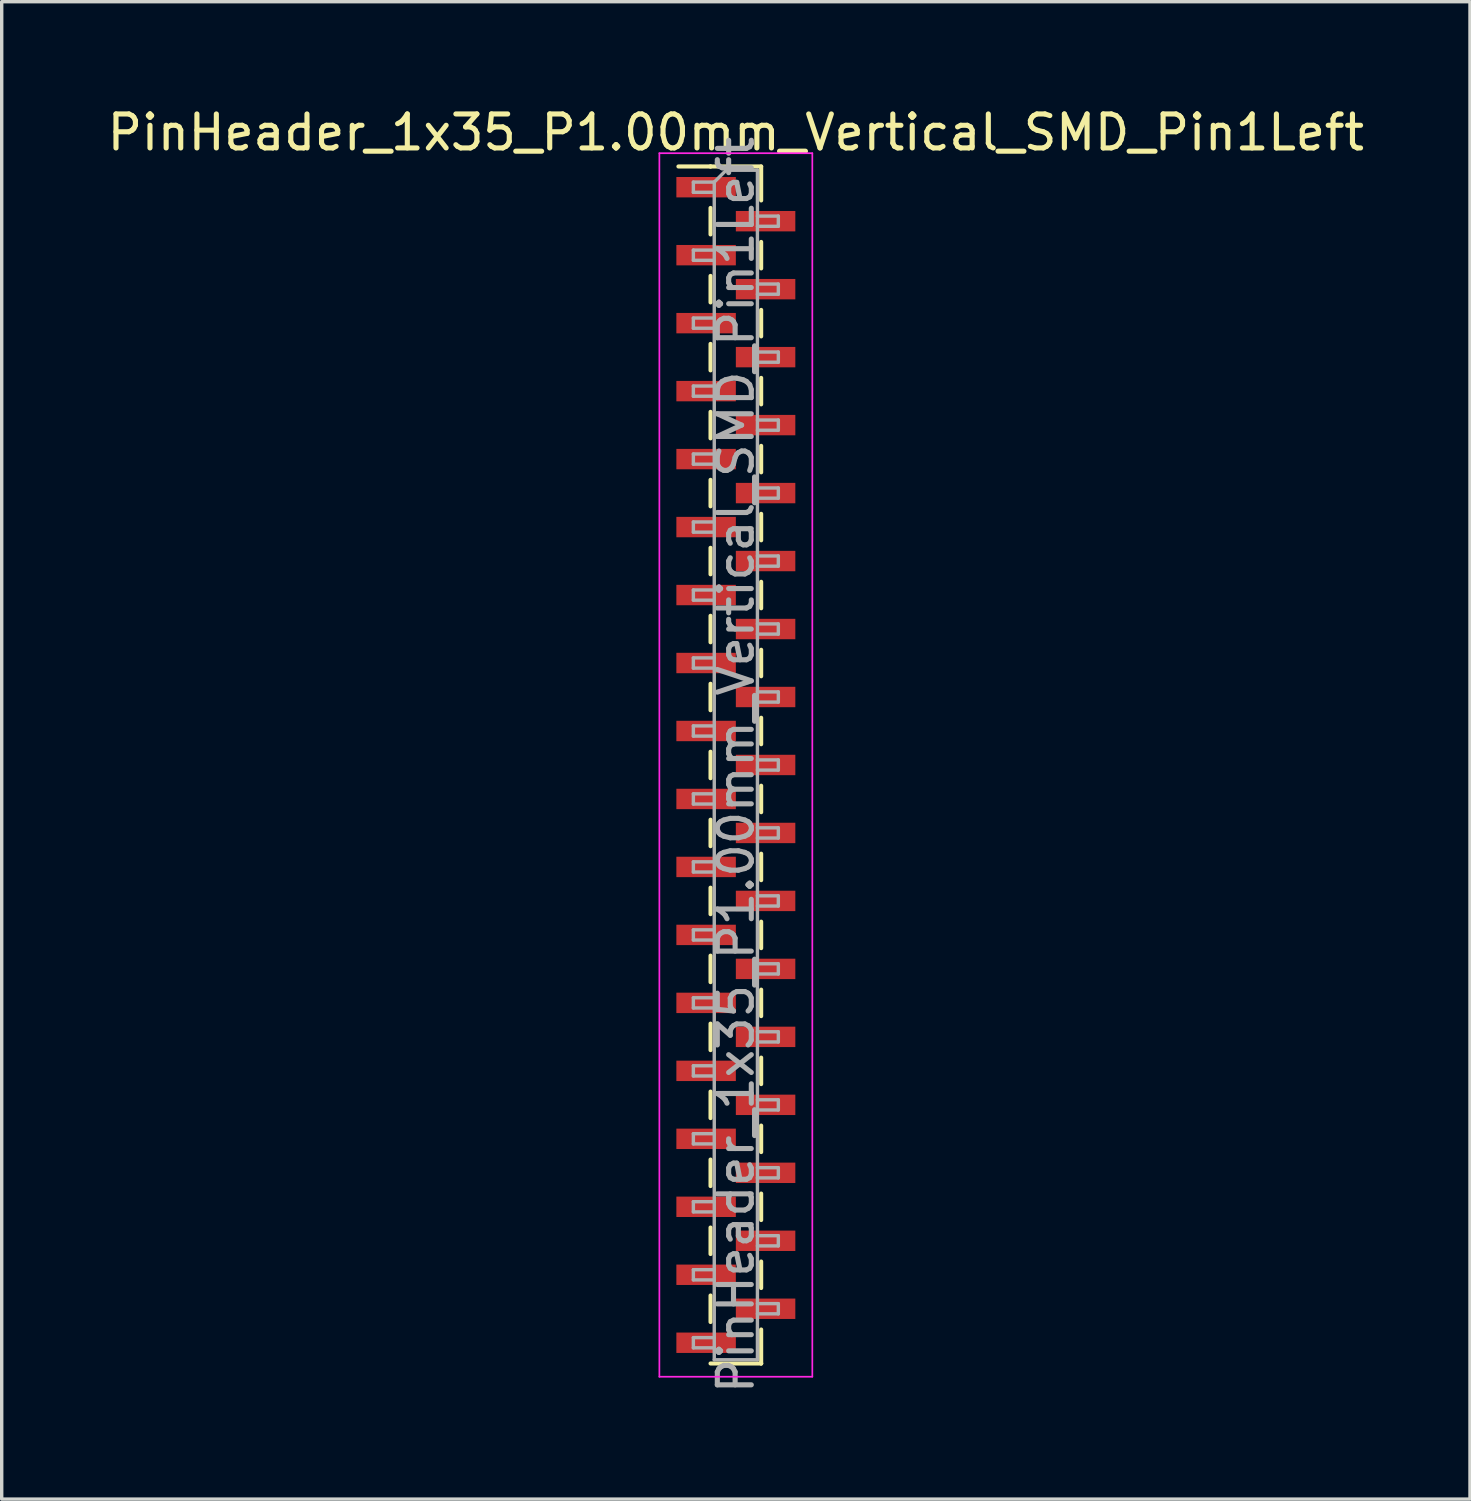
<source format=kicad_pcb>
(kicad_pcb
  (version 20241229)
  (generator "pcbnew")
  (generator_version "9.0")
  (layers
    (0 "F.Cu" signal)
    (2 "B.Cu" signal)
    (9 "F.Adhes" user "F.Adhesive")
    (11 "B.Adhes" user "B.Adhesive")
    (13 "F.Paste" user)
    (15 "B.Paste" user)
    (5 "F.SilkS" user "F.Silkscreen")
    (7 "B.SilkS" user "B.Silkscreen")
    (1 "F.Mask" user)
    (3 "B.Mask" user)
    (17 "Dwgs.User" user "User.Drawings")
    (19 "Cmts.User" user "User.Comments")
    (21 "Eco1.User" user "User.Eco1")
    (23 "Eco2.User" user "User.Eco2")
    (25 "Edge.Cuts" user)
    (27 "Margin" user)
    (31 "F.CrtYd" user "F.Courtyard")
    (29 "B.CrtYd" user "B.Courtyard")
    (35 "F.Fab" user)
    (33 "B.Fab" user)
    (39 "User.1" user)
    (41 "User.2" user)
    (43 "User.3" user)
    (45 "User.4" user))
  (footprint "PinHeader_1x35_P1.00mm_Vertical_SMD_Pin1Left"
    (layer "F.Cu")
    (at 18.601 19.458)
    (property "Reference" "PinHeader_1x35_P1.00mm_Vertical_SMD_Pin1Left" (at 0 -18.61 0) (layer "F.SilkS") (effects (font (size 1 1) (thickness 0.15))))
    (attr smd)
    (fp_line (start -0.745 -17.61) (end -1.69 -17.61) (stroke (width 0.12) (type solid)) (layer "F.SilkS"))
    (fp_line (start -0.745 -17.61) (end -0.745 -17.61) (stroke (width 0.12) (type solid)) (layer "F.SilkS"))
    (fp_line (start -0.745 -17.61) (end 0.745 -17.61) (stroke (width 0.12) (type solid)) (layer "F.SilkS"))
    (fp_line (start -0.745 -16.39) (end -0.745 -15.61) (stroke (width 0.12) (type solid)) (layer "F.SilkS"))
    (fp_line (start -0.745 -14.39) (end -0.745 -13.61) (stroke (width 0.12) (type solid)) (layer "F.SilkS"))
    (fp_line (start -0.745 -12.39) (end -0.745 -11.61) (stroke (width 0.12) (type solid)) (layer "F.SilkS"))
    (fp_line (start -0.745 -10.39) (end -0.745 -9.61) (stroke (width 0.12) (type solid)) (layer "F.SilkS"))
    (fp_line (start -0.745 -8.39) (end -0.745 -7.61) (stroke (width 0.12) (type solid)) (layer "F.SilkS"))
    (fp_line (start -0.745 -6.39) (end -0.745 -5.61) (stroke (width 0.12) (type solid)) (layer "F.SilkS"))
    (fp_line (start -0.745 -4.39) (end -0.745 -3.61) (stroke (width 0.12) (type solid)) (layer "F.SilkS"))
    (fp_line (start -0.745 -2.39) (end -0.745 -1.61) (stroke (width 0.12) (type solid)) (layer "F.SilkS"))
    (fp_line (start -0.745 -0.39) (end -0.745 0.39) (stroke (width 0.12) (type solid)) (layer "F.SilkS"))
    (fp_line (start -0.745 1.61) (end -0.745 2.39) (stroke (width 0.12) (type solid)) (layer "F.SilkS"))
    (fp_line (start -0.745 3.61) (end -0.745 4.39) (stroke (width 0.12) (type solid)) (layer "F.SilkS"))
    (fp_line (start -0.745 5.61) (end -0.745 6.39) (stroke (width 0.12) (type solid)) (layer "F.SilkS"))
    (fp_line (start -0.745 7.61) (end -0.745 8.39) (stroke (width 0.12) (type solid)) (layer "F.SilkS"))
    (fp_line (start -0.745 9.61) (end -0.745 10.39) (stroke (width 0.12) (type solid)) (layer "F.SilkS"))
    (fp_line (start -0.745 11.61) (end -0.745 12.39) (stroke (width 0.12) (type solid)) (layer "F.SilkS"))
    (fp_line (start -0.745 13.61) (end -0.745 14.39) (stroke (width 0.12) (type solid)) (layer "F.SilkS"))
    (fp_line (start -0.745 15.61) (end -0.745 16.39) (stroke (width 0.12) (type solid)) (layer "F.SilkS"))
    (fp_line (start -0.745 17.61) (end 0.745 17.61) (stroke (width 0.12) (type solid)) (layer "F.SilkS"))
    (fp_line (start 0.745 -17.61) (end 0.745 -16.61) (stroke (width 0.12) (type solid)) (layer "F.SilkS"))
    (fp_line (start 0.745 -15.39) (end 0.745 -14.61) (stroke (width 0.12) (type solid)) (layer "F.SilkS"))
    (fp_line (start 0.745 -13.39) (end 0.745 -12.61) (stroke (width 0.12) (type solid)) (layer "F.SilkS"))
    (fp_line (start 0.745 -11.39) (end 0.745 -10.61) (stroke (width 0.12) (type solid)) (layer "F.SilkS"))
    (fp_line (start 0.745 -9.39) (end 0.745 -8.61) (stroke (width 0.12) (type solid)) (layer "F.SilkS"))
    (fp_line (start 0.745 -7.39) (end 0.745 -6.61) (stroke (width 0.12) (type solid)) (layer "F.SilkS"))
    (fp_line (start 0.745 -5.39) (end 0.745 -4.61) (stroke (width 0.12) (type solid)) (layer "F.SilkS"))
    (fp_line (start 0.745 -3.39) (end 0.745 -2.61) (stroke (width 0.12) (type solid)) (layer "F.SilkS"))
    (fp_line (start 0.745 -1.39) (end 0.745 -0.61) (stroke (width 0.12) (type solid)) (layer "F.SilkS"))
    (fp_line (start 0.745 0.61) (end 0.745 1.39) (stroke (width 0.12) (type solid)) (layer "F.SilkS"))
    (fp_line (start 0.745 2.61) (end 0.745 3.39) (stroke (width 0.12) (type solid)) (layer "F.SilkS"))
    (fp_line (start 0.745 4.61) (end 0.745 5.39) (stroke (width 0.12) (type solid)) (layer "F.SilkS"))
    (fp_line (start 0.745 6.61) (end 0.745 7.39) (stroke (width 0.12) (type solid)) (layer "F.SilkS"))
    (fp_line (start 0.745 8.61) (end 0.745 9.39) (stroke (width 0.12) (type solid)) (layer "F.SilkS"))
    (fp_line (start 0.745 10.61) (end 0.745 11.39) (stroke (width 0.12) (type solid)) (layer "F.SilkS"))
    (fp_line (start 0.745 12.61) (end 0.745 13.39) (stroke (width 0.12) (type solid)) (layer "F.SilkS"))
    (fp_line (start 0.745 14.61) (end 0.745 15.39) (stroke (width 0.12) (type solid)) (layer "F.SilkS"))
    (fp_line (start 0.745 16.61) (end 0.745 17.61) (stroke (width 0.12) (type solid)) (layer "F.SilkS"))
    (fp_line (start 0.745 17.61) (end 0.745 17.61) (stroke (width 0.12) (type solid)) (layer "F.SilkS"))
    (fp_line (start -2.25 -18) (end -2.25 18) (stroke (width 0.05) (type solid)) (layer "F.CrtYd"))
    (fp_line (start -2.25 18) (end 2.25 18) (stroke (width 0.05) (type solid)) (layer "F.CrtYd"))
    (fp_line (start 2.25 -18) (end -2.25 -18) (stroke (width 0.05) (type solid)) (layer "F.CrtYd"))
    (fp_line (start 2.25 18) (end 2.25 -18) (stroke (width 0.05) (type solid)) (layer "F.CrtYd"))
    (fp_line (start -1.25 -17.15) (end -1.25 -16.85) (stroke (width 0.1) (type solid)) (layer "F.Fab"))
    (fp_line (start -1.25 -16.85) (end -0.635 -16.85) (stroke (width 0.1) (type solid)) (layer "F.Fab"))
    (fp_line (start -1.25 -15.15) (end -1.25 -14.85) (stroke (width 0.1) (type solid)) (layer "F.Fab"))
    (fp_line (start -1.25 -14.85) (end -0.635 -14.85) (stroke (width 0.1) (type solid)) (layer "F.Fab"))
    (fp_line (start -1.25 -13.15) (end -1.25 -12.85) (stroke (width 0.1) (type solid)) (layer "F.Fab"))
    (fp_line (start -1.25 -12.85) (end -0.635 -12.85) (stroke (width 0.1) (type solid)) (layer "F.Fab"))
    (fp_line (start -1.25 -11.15) (end -1.25 -10.85) (stroke (width 0.1) (type solid)) (layer "F.Fab"))
    (fp_line (start -1.25 -10.85) (end -0.635 -10.85) (stroke (width 0.1) (type solid)) (layer "F.Fab"))
    (fp_line (start -1.25 -9.15) (end -1.25 -8.85) (stroke (width 0.1) (type solid)) (layer "F.Fab"))
    (fp_line (start -1.25 -8.85) (end -0.635 -8.85) (stroke (width 0.1) (type solid)) (layer "F.Fab"))
    (fp_line (start -1.25 -7.15) (end -1.25 -6.85) (stroke (width 0.1) (type solid)) (layer "F.Fab"))
    (fp_line (start -1.25 -6.85) (end -0.635 -6.85) (stroke (width 0.1) (type solid)) (layer "F.Fab"))
    (fp_line (start -1.25 -5.15) (end -1.25 -4.85) (stroke (width 0.1) (type solid)) (layer "F.Fab"))
    (fp_line (start -1.25 -4.85) (end -0.635 -4.85) (stroke (width 0.1) (type solid)) (layer "F.Fab"))
    (fp_line (start -1.25 -3.15) (end -1.25 -2.85) (stroke (width 0.1) (type solid)) (layer "F.Fab"))
    (fp_line (start -1.25 -2.85) (end -0.635 -2.85) (stroke (width 0.1) (type solid)) (layer "F.Fab"))
    (fp_line (start -1.25 -1.15) (end -1.25 -0.85) (stroke (width 0.1) (type solid)) (layer "F.Fab"))
    (fp_line (start -1.25 -0.85) (end -0.635 -0.85) (stroke (width 0.1) (type solid)) (layer "F.Fab"))
    (fp_line (start -1.25 0.85) (end -1.25 1.15) (stroke (width 0.1) (type solid)) (layer "F.Fab"))
    (fp_line (start -1.25 1.15) (end -0.635 1.15) (stroke (width 0.1) (type solid)) (layer "F.Fab"))
    (fp_line (start -1.25 2.85) (end -1.25 3.15) (stroke (width 0.1) (type solid)) (layer "F.Fab"))
    (fp_line (start -1.25 3.15) (end -0.635 3.15) (stroke (width 0.1) (type solid)) (layer "F.Fab"))
    (fp_line (start -1.25 4.85) (end -1.25 5.15) (stroke (width 0.1) (type solid)) (layer "F.Fab"))
    (fp_line (start -1.25 5.15) (end -0.635 5.15) (stroke (width 0.1) (type solid)) (layer "F.Fab"))
    (fp_line (start -1.25 6.85) (end -1.25 7.15) (stroke (width 0.1) (type solid)) (layer "F.Fab"))
    (fp_line (start -1.25 7.15) (end -0.635 7.15) (stroke (width 0.1) (type solid)) (layer "F.Fab"))
    (fp_line (start -1.25 8.85) (end -1.25 9.15) (stroke (width 0.1) (type solid)) (layer "F.Fab"))
    (fp_line (start -1.25 9.15) (end -0.635 9.15) (stroke (width 0.1) (type solid)) (layer "F.Fab"))
    (fp_line (start -1.25 10.85) (end -1.25 11.15) (stroke (width 0.1) (type solid)) (layer "F.Fab"))
    (fp_line (start -1.25 11.15) (end -0.635 11.15) (stroke (width 0.1) (type solid)) (layer "F.Fab"))
    (fp_line (start -1.25 12.85) (end -1.25 13.15) (stroke (width 0.1) (type solid)) (layer "F.Fab"))
    (fp_line (start -1.25 13.15) (end -0.635 13.15) (stroke (width 0.1) (type solid)) (layer "F.Fab"))
    (fp_line (start -1.25 14.85) (end -1.25 15.15) (stroke (width 0.1) (type solid)) (layer "F.Fab"))
    (fp_line (start -1.25 15.15) (end -0.635 15.15) (stroke (width 0.1) (type solid)) (layer "F.Fab"))
    (fp_line (start -1.25 16.85) (end -1.25 17.15) (stroke (width 0.1) (type solid)) (layer "F.Fab"))
    (fp_line (start -1.25 17.15) (end -0.635 17.15) (stroke (width 0.1) (type solid)) (layer "F.Fab"))
    (fp_line (start -0.635 -17.15) (end -1.25 -17.15) (stroke (width 0.1) (type solid)) (layer "F.Fab"))
    (fp_line (start -0.635 -17.15) (end -0.285 -17.5) (stroke (width 0.1) (type solid)) (layer "F.Fab"))
    (fp_line (start -0.635 -15.15) (end -1.25 -15.15) (stroke (width 0.1) (type solid)) (layer "F.Fab"))
    (fp_line (start -0.635 -13.15) (end -1.25 -13.15) (stroke (width 0.1) (type solid)) (layer "F.Fab"))
    (fp_line (start -0.635 -11.15) (end -1.25 -11.15) (stroke (width 0.1) (type solid)) (layer "F.Fab"))
    (fp_line (start -0.635 -9.15) (end -1.25 -9.15) (stroke (width 0.1) (type solid)) (layer "F.Fab"))
    (fp_line (start -0.635 -7.15) (end -1.25 -7.15) (stroke (width 0.1) (type solid)) (layer "F.Fab"))
    (fp_line (start -0.635 -5.15) (end -1.25 -5.15) (stroke (width 0.1) (type solid)) (layer "F.Fab"))
    (fp_line (start -0.635 -3.15) (end -1.25 -3.15) (stroke (width 0.1) (type solid)) (layer "F.Fab"))
    (fp_line (start -0.635 -1.15) (end -1.25 -1.15) (stroke (width 0.1) (type solid)) (layer "F.Fab"))
    (fp_line (start -0.635 0.85) (end -1.25 0.85) (stroke (width 0.1) (type solid)) (layer "F.Fab"))
    (fp_line (start -0.635 2.85) (end -1.25 2.85) (stroke (width 0.1) (type solid)) (layer "F.Fab"))
    (fp_line (start -0.635 4.85) (end -1.25 4.85) (stroke (width 0.1) (type solid)) (layer "F.Fab"))
    (fp_line (start -0.635 6.85) (end -1.25 6.85) (stroke (width 0.1) (type solid)) (layer "F.Fab"))
    (fp_line (start -0.635 8.85) (end -1.25 8.85) (stroke (width 0.1) (type solid)) (layer "F.Fab"))
    (fp_line (start -0.635 10.85) (end -1.25 10.85) (stroke (width 0.1) (type solid)) (layer "F.Fab"))
    (fp_line (start -0.635 12.85) (end -1.25 12.85) (stroke (width 0.1) (type solid)) (layer "F.Fab"))
    (fp_line (start -0.635 14.85) (end -1.25 14.85) (stroke (width 0.1) (type solid)) (layer "F.Fab"))
    (fp_line (start -0.635 16.85) (end -1.25 16.85) (stroke (width 0.1) (type solid)) (layer "F.Fab"))
    (fp_line (start -0.635 17.5) (end -0.635 -17.15) (stroke (width 0.1) (type solid)) (layer "F.Fab"))
    (fp_line (start -0.285 -17.5) (end 0.635 -17.5) (stroke (width 0.1) (type solid)) (layer "F.Fab"))
    (fp_line (start 0.635 -17.5) (end 0.635 17.5) (stroke (width 0.1) (type solid)) (layer "F.Fab"))
    (fp_line (start 0.635 -16.15) (end 1.25 -16.15) (stroke (width 0.1) (type solid)) (layer "F.Fab"))
    (fp_line (start 0.635 -14.15) (end 1.25 -14.15) (stroke (width 0.1) (type solid)) (layer "F.Fab"))
    (fp_line (start 0.635 -12.15) (end 1.25 -12.15) (stroke (width 0.1) (type solid)) (layer "F.Fab"))
    (fp_line (start 0.635 -10.15) (end 1.25 -10.15) (stroke (width 0.1) (type solid)) (layer "F.Fab"))
    (fp_line (start 0.635 -8.15) (end 1.25 -8.15) (stroke (width 0.1) (type solid)) (layer "F.Fab"))
    (fp_line (start 0.635 -6.15) (end 1.25 -6.15) (stroke (width 0.1) (type solid)) (layer "F.Fab"))
    (fp_line (start 0.635 -4.15) (end 1.25 -4.15) (stroke (width 0.1) (type solid)) (layer "F.Fab"))
    (fp_line (start 0.635 -2.15) (end 1.25 -2.15) (stroke (width 0.1) (type solid)) (layer "F.Fab"))
    (fp_line (start 0.635 -0.15) (end 1.25 -0.15) (stroke (width 0.1) (type solid)) (layer "F.Fab"))
    (fp_line (start 0.635 1.85) (end 1.25 1.85) (stroke (width 0.1) (type solid)) (layer "F.Fab"))
    (fp_line (start 0.635 3.85) (end 1.25 3.85) (stroke (width 0.1) (type solid)) (layer "F.Fab"))
    (fp_line (start 0.635 5.85) (end 1.25 5.85) (stroke (width 0.1) (type solid)) (layer "F.Fab"))
    (fp_line (start 0.635 7.85) (end 1.25 7.85) (stroke (width 0.1) (type solid)) (layer "F.Fab"))
    (fp_line (start 0.635 9.85) (end 1.25 9.85) (stroke (width 0.1) (type solid)) (layer "F.Fab"))
    (fp_line (start 0.635 11.85) (end 1.25 11.85) (stroke (width 0.1) (type solid)) (layer "F.Fab"))
    (fp_line (start 0.635 13.85) (end 1.25 13.85) (stroke (width 0.1) (type solid)) (layer "F.Fab"))
    (fp_line (start 0.635 15.85) (end 1.25 15.85) (stroke (width 0.1) (type solid)) (layer "F.Fab"))
    (fp_line (start 0.635 17.5) (end -0.635 17.5) (stroke (width 0.1) (type solid)) (layer "F.Fab"))
    (fp_line (start 1.25 -16.15) (end 1.25 -15.85) (stroke (width 0.1) (type solid)) (layer "F.Fab"))
    (fp_line (start 1.25 -15.85) (end 0.635 -15.85) (stroke (width 0.1) (type solid)) (layer "F.Fab"))
    (fp_line (start 1.25 -14.15) (end 1.25 -13.85) (stroke (width 0.1) (type solid)) (layer "F.Fab"))
    (fp_line (start 1.25 -13.85) (end 0.635 -13.85) (stroke (width 0.1) (type solid)) (layer "F.Fab"))
    (fp_line (start 1.25 -12.15) (end 1.25 -11.85) (stroke (width 0.1) (type solid)) (layer "F.Fab"))
    (fp_line (start 1.25 -11.85) (end 0.635 -11.85) (stroke (width 0.1) (type solid)) (layer "F.Fab"))
    (fp_line (start 1.25 -10.15) (end 1.25 -9.85) (stroke (width 0.1) (type solid)) (layer "F.Fab"))
    (fp_line (start 1.25 -9.85) (end 0.635 -9.85) (stroke (width 0.1) (type solid)) (layer "F.Fab"))
    (fp_line (start 1.25 -8.15) (end 1.25 -7.85) (stroke (width 0.1) (type solid)) (layer "F.Fab"))
    (fp_line (start 1.25 -7.85) (end 0.635 -7.85) (stroke (width 0.1) (type solid)) (layer "F.Fab"))
    (fp_line (start 1.25 -6.15) (end 1.25 -5.85) (stroke (width 0.1) (type solid)) (layer "F.Fab"))
    (fp_line (start 1.25 -5.85) (end 0.635 -5.85) (stroke (width 0.1) (type solid)) (layer "F.Fab"))
    (fp_line (start 1.25 -4.15) (end 1.25 -3.85) (stroke (width 0.1) (type solid)) (layer "F.Fab"))
    (fp_line (start 1.25 -3.85) (end 0.635 -3.85) (stroke (width 0.1) (type solid)) (layer "F.Fab"))
    (fp_line (start 1.25 -2.15) (end 1.25 -1.85) (stroke (width 0.1) (type solid)) (layer "F.Fab"))
    (fp_line (start 1.25 -1.85) (end 0.635 -1.85) (stroke (width 0.1) (type solid)) (layer "F.Fab"))
    (fp_line (start 1.25 -0.15) (end 1.25 0.15) (stroke (width 0.1) (type solid)) (layer "F.Fab"))
    (fp_line (start 1.25 0.15) (end 0.635 0.15) (stroke (width 0.1) (type solid)) (layer "F.Fab"))
    (fp_line (start 1.25 1.85) (end 1.25 2.15) (stroke (width 0.1) (type solid)) (layer "F.Fab"))
    (fp_line (start 1.25 2.15) (end 0.635 2.15) (stroke (width 0.1) (type solid)) (layer "F.Fab"))
    (fp_line (start 1.25 3.85) (end 1.25 4.15) (stroke (width 0.1) (type solid)) (layer "F.Fab"))
    (fp_line (start 1.25 4.15) (end 0.635 4.15) (stroke (width 0.1) (type solid)) (layer "F.Fab"))
    (fp_line (start 1.25 5.85) (end 1.25 6.15) (stroke (width 0.1) (type solid)) (layer "F.Fab"))
    (fp_line (start 1.25 6.15) (end 0.635 6.15) (stroke (width 0.1) (type solid)) (layer "F.Fab"))
    (fp_line (start 1.25 7.85) (end 1.25 8.15) (stroke (width 0.1) (type solid)) (layer "F.Fab"))
    (fp_line (start 1.25 8.15) (end 0.635 8.15) (stroke (width 0.1) (type solid)) (layer "F.Fab"))
    (fp_line (start 1.25 9.85) (end 1.25 10.15) (stroke (width 0.1) (type solid)) (layer "F.Fab"))
    (fp_line (start 1.25 10.15) (end 0.635 10.15) (stroke (width 0.1) (type solid)) (layer "F.Fab"))
    (fp_line (start 1.25 11.85) (end 1.25 12.15) (stroke (width 0.1) (type solid)) (layer "F.Fab"))
    (fp_line (start 1.25 12.15) (end 0.635 12.15) (stroke (width 0.1) (type solid)) (layer "F.Fab"))
    (fp_line (start 1.25 13.85) (end 1.25 14.15) (stroke (width 0.1) (type solid)) (layer "F.Fab"))
    (fp_line (start 1.25 14.15) (end 0.635 14.15) (stroke (width 0.1) (type solid)) (layer "F.Fab"))
    (fp_line (start 1.25 15.85) (end 1.25 16.15) (stroke (width 0.1) (type solid)) (layer "F.Fab"))
    (fp_line (start 1.25 16.15) (end 0.635 16.15) (stroke (width 0.1) (type solid)) (layer "F.Fab"))
    (fp_text user "${REFERENCE}" (at 0 0 90) (layer "F.Fab") (effects (font (size 1 1) (thickness 0.15))))
    (pad "1" smd rect (at -0.875 -17) (size 1.75 0.6) (layers "F.Cu" "F.Mask" "F.Paste"))
    (pad "2" smd rect (at 0.875 -16) (size 1.75 0.6) (layers "F.Cu" "F.Mask" "F.Paste"))
    (pad "3" smd rect (at -0.875 -15) (size 1.75 0.6) (layers "F.Cu" "F.Mask" "F.Paste"))
    (pad "4" smd rect (at 0.875 -14) (size 1.75 0.6) (layers "F.Cu" "F.Mask" "F.Paste"))
    (pad "5" smd rect (at -0.875 -13) (size 1.75 0.6) (layers "F.Cu" "F.Mask" "F.Paste"))
    (pad "6" smd rect (at 0.875 -12) (size 1.75 0.6) (layers "F.Cu" "F.Mask" "F.Paste"))
    (pad "7" smd rect (at -0.875 -11) (size 1.75 0.6) (layers "F.Cu" "F.Mask" "F.Paste"))
    (pad "8" smd rect (at 0.875 -10) (size 1.75 0.6) (layers "F.Cu" "F.Mask" "F.Paste"))
    (pad "9" smd rect (at -0.875 -9) (size 1.75 0.6) (layers "F.Cu" "F.Mask" "F.Paste"))
    (pad "10" smd rect (at 0.875 -8) (size 1.75 0.6) (layers "F.Cu" "F.Mask" "F.Paste"))
    (pad "11" smd rect (at -0.875 -7) (size 1.75 0.6) (layers "F.Cu" "F.Mask" "F.Paste"))
    (pad "12" smd rect (at 0.875 -6) (size 1.75 0.6) (layers "F.Cu" "F.Mask" "F.Paste"))
    (pad "13" smd rect (at -0.875 -5) (size 1.75 0.6) (layers "F.Cu" "F.Mask" "F.Paste"))
    (pad "14" smd rect (at 0.875 -4) (size 1.75 0.6) (layers "F.Cu" "F.Mask" "F.Paste"))
    (pad "15" smd rect (at -0.875 -3) (size 1.75 0.6) (layers "F.Cu" "F.Mask" "F.Paste"))
    (pad "16" smd rect (at 0.875 -2) (size 1.75 0.6) (layers "F.Cu" "F.Mask" "F.Paste"))
    (pad "17" smd rect (at -0.875 -1) (size 1.75 0.6) (layers "F.Cu" "F.Mask" "F.Paste"))
    (pad "18" smd rect (at 0.875 0) (size 1.75 0.6) (layers "F.Cu" "F.Mask" "F.Paste"))
    (pad "19" smd rect (at -0.875 1) (size 1.75 0.6) (layers "F.Cu" "F.Mask" "F.Paste"))
    (pad "20" smd rect (at 0.875 2) (size 1.75 0.6) (layers "F.Cu" "F.Mask" "F.Paste"))
    (pad "21" smd rect (at -0.875 3) (size 1.75 0.6) (layers "F.Cu" "F.Mask" "F.Paste"))
    (pad "22" smd rect (at 0.875 4) (size 1.75 0.6) (layers "F.Cu" "F.Mask" "F.Paste"))
    (pad "23" smd rect (at -0.875 5) (size 1.75 0.6) (layers "F.Cu" "F.Mask" "F.Paste"))
    (pad "24" smd rect (at 0.875 6) (size 1.75 0.6) (layers "F.Cu" "F.Mask" "F.Paste"))
    (pad "25" smd rect (at -0.875 7) (size 1.75 0.6) (layers "F.Cu" "F.Mask" "F.Paste"))
    (pad "26" smd rect (at 0.875 8) (size 1.75 0.6) (layers "F.Cu" "F.Mask" "F.Paste"))
    (pad "27" smd rect (at -0.875 9) (size 1.75 0.6) (layers "F.Cu" "F.Mask" "F.Paste"))
    (pad "28" smd rect (at 0.875 10) (size 1.75 0.6) (layers "F.Cu" "F.Mask" "F.Paste"))
    (pad "29" smd rect (at -0.875 11) (size 1.75 0.6) (layers "F.Cu" "F.Mask" "F.Paste"))
    (pad "30" smd rect (at 0.875 12) (size 1.75 0.6) (layers "F.Cu" "F.Mask" "F.Paste"))
    (pad "31" smd rect (at -0.875 13) (size 1.75 0.6) (layers "F.Cu" "F.Mask" "F.Paste"))
    (pad "32" smd rect (at 0.875 14) (size 1.75 0.6) (layers "F.Cu" "F.Mask" "F.Paste"))
    (pad "33" smd rect (at -0.875 15) (size 1.75 0.6) (layers "F.Cu" "F.Mask" "F.Paste"))
    (pad "34" smd rect (at 0.875 16) (size 1.75 0.6) (layers "F.Cu" "F.Mask" "F.Paste"))
    (pad "35" smd rect (at -0.875 17) (size 1.75 0.6) (layers "F.Cu" "F.Mask" "F.Paste")))
  (gr_rect
    (start -3 -3)
    (end 40.202 41.059)
    (stroke (width 0.1) (type default))
    (fill no)
    (layer "Edge.Cuts")))
</source>
